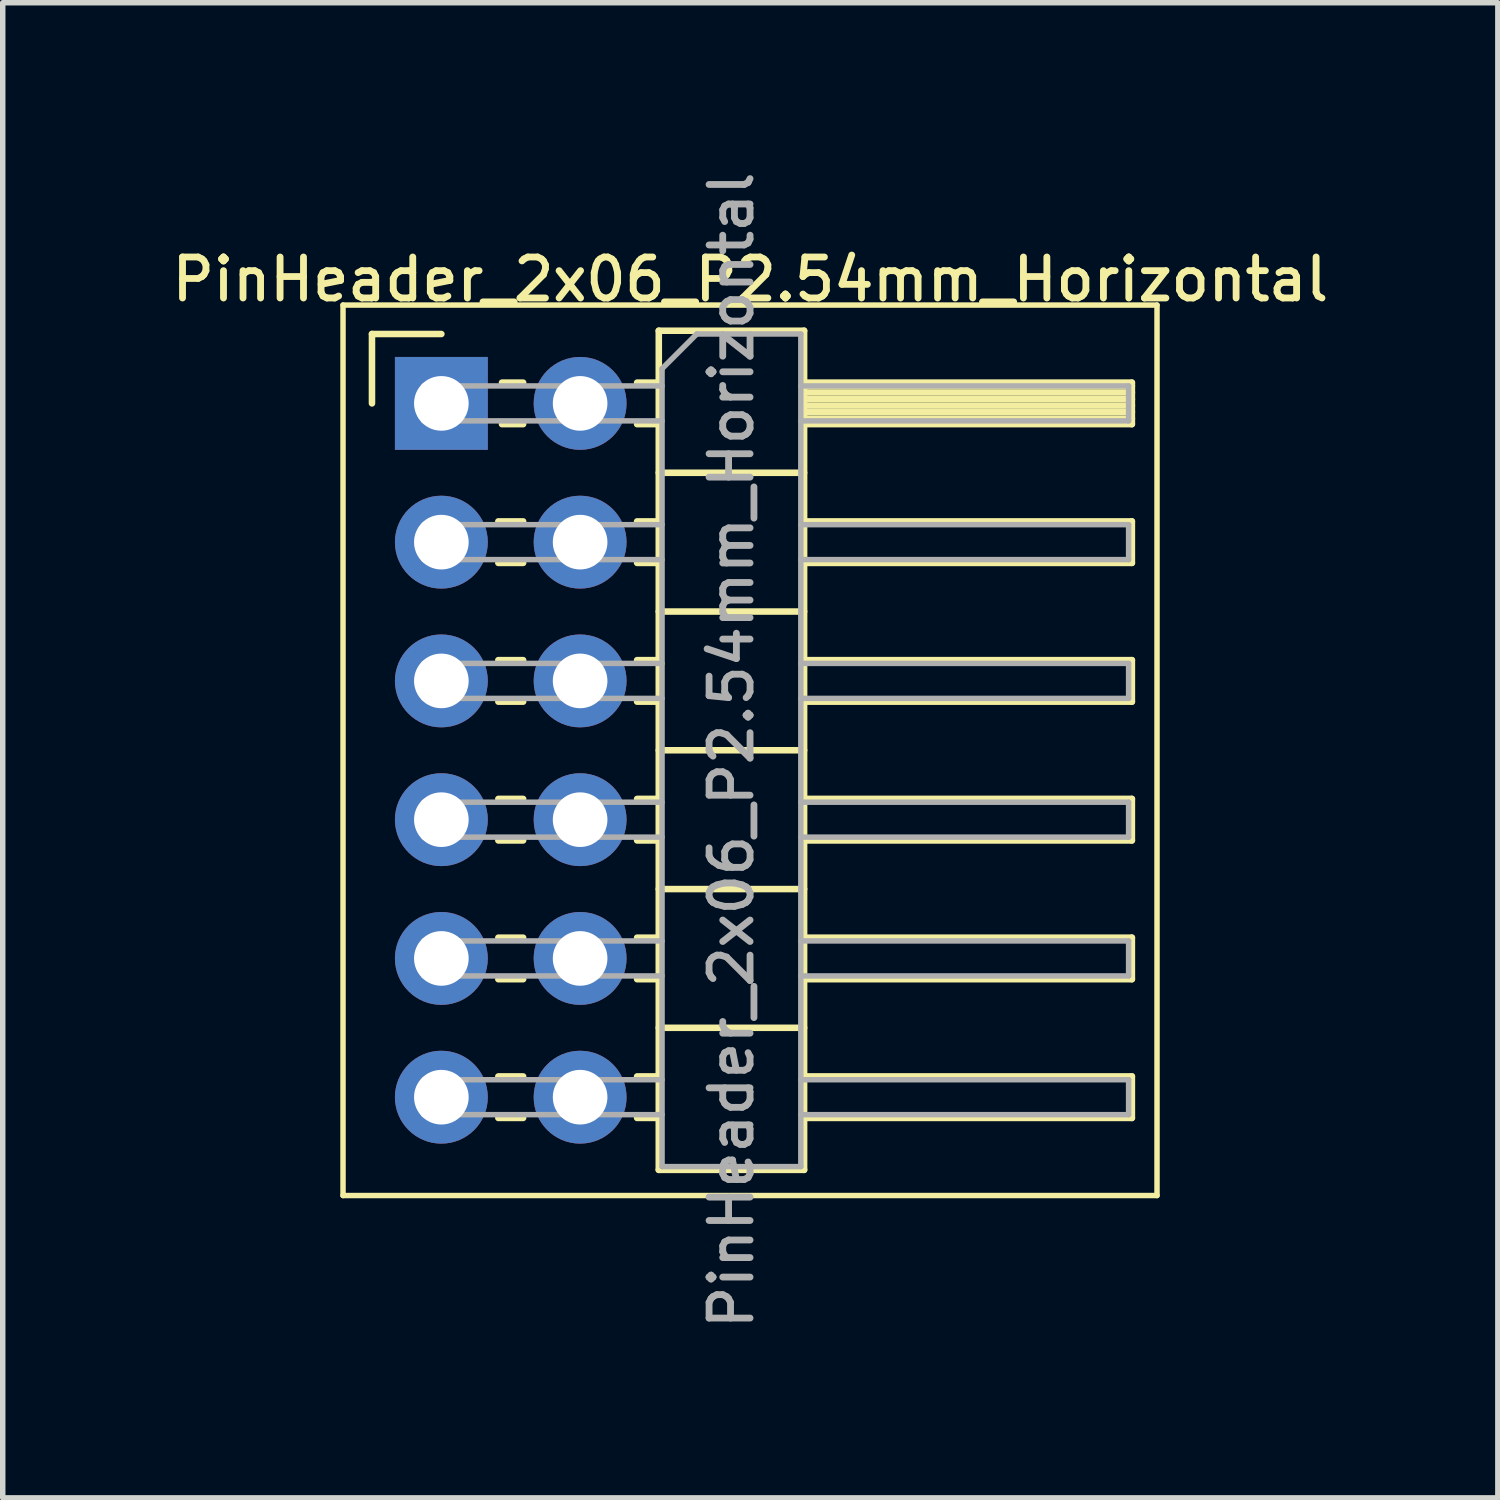
<source format=kicad_pcb>
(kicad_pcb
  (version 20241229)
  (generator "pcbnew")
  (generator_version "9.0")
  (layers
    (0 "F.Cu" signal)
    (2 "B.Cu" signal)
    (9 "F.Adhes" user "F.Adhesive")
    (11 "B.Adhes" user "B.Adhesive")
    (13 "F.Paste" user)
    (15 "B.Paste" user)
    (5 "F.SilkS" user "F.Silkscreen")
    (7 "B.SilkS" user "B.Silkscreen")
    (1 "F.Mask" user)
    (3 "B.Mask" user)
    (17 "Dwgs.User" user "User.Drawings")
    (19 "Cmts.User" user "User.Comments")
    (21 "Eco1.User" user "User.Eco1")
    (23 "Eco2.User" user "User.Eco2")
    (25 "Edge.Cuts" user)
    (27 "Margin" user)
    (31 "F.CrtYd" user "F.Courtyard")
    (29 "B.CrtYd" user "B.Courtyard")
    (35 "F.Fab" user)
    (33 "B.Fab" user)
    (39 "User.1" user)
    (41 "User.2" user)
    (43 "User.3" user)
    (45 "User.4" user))
  (footprint "PinHeader_2x06_P2.54mm_Horizontal"
    (layer "F.Cu")
    (at 5.029 4.334)
    (property "Reference" "PinHeader_2x06_P2.54mm_Horizontal" (at 5.655 -2.27 0) (layer "F.SilkS") (effects (font (size 0.75 0.75) (thickness 0.125))))
    (attr through_hole)
    (fp_line (start -1.8 -1.8) (end -1.8 14.5) (stroke (width 0.1) (type solid)) (layer "F.SilkS"))
    (fp_line (start -1.8 14.5) (end 13.1 14.5) (stroke (width 0.1) (type solid)) (layer "F.SilkS"))
    (fp_line (start -1.27 -1.27) (end 0 -1.27) (stroke (width 0.12) (type solid)) (layer "F.SilkS"))
    (fp_line (start -1.27 0) (end -1.27 -1.27) (stroke (width 0.12) (type solid)) (layer "F.SilkS"))
    (fp_line (start 1.043 2.16) (end 1.497 2.16) (stroke (width 0.12) (type solid)) (layer "F.SilkS"))
    (fp_line (start 1.043 2.92) (end 1.497 2.92) (stroke (width 0.12) (type solid)) (layer "F.SilkS"))
    (fp_line (start 1.043 4.7) (end 1.497 4.7) (stroke (width 0.12) (type solid)) (layer "F.SilkS"))
    (fp_line (start 1.043 5.46) (end 1.497 5.46) (stroke (width 0.12) (type solid)) (layer "F.SilkS"))
    (fp_line (start 1.043 7.24) (end 1.497 7.24) (stroke (width 0.12) (type solid)) (layer "F.SilkS"))
    (fp_line (start 1.043 8) (end 1.497 8) (stroke (width 0.12) (type solid)) (layer "F.SilkS"))
    (fp_line (start 1.043 9.78) (end 1.497 9.78) (stroke (width 0.12) (type solid)) (layer "F.SilkS"))
    (fp_line (start 1.043 10.54) (end 1.497 10.54) (stroke (width 0.12) (type solid)) (layer "F.SilkS"))
    (fp_line (start 1.043 12.32) (end 1.497 12.32) (stroke (width 0.12) (type solid)) (layer "F.SilkS"))
    (fp_line (start 1.043 13.08) (end 1.497 13.08) (stroke (width 0.12) (type solid)) (layer "F.SilkS"))
    (fp_line (start 1.11 -0.38) (end 1.497 -0.38) (stroke (width 0.12) (type solid)) (layer "F.SilkS"))
    (fp_line (start 1.11 0.38) (end 1.497 0.38) (stroke (width 0.12) (type solid)) (layer "F.SilkS"))
    (fp_line (start 3.583 -0.38) (end 3.98 -0.38) (stroke (width 0.12) (type solid)) (layer "F.SilkS"))
    (fp_line (start 3.583 0.38) (end 3.98 0.38) (stroke (width 0.12) (type solid)) (layer "F.SilkS"))
    (fp_line (start 3.583 2.16) (end 3.98 2.16) (stroke (width 0.12) (type solid)) (layer "F.SilkS"))
    (fp_line (start 3.583 2.92) (end 3.98 2.92) (stroke (width 0.12) (type solid)) (layer "F.SilkS"))
    (fp_line (start 3.583 4.7) (end 3.98 4.7) (stroke (width 0.12) (type solid)) (layer "F.SilkS"))
    (fp_line (start 3.583 5.46) (end 3.98 5.46) (stroke (width 0.12) (type solid)) (layer "F.SilkS"))
    (fp_line (start 3.583 7.24) (end 3.98 7.24) (stroke (width 0.12) (type solid)) (layer "F.SilkS"))
    (fp_line (start 3.583 8) (end 3.98 8) (stroke (width 0.12) (type solid)) (layer "F.SilkS"))
    (fp_line (start 3.583 9.78) (end 3.98 9.78) (stroke (width 0.12) (type solid)) (layer "F.SilkS"))
    (fp_line (start 3.583 10.54) (end 3.98 10.54) (stroke (width 0.12) (type solid)) (layer "F.SilkS"))
    (fp_line (start 3.583 12.32) (end 3.98 12.32) (stroke (width 0.12) (type solid)) (layer "F.SilkS"))
    (fp_line (start 3.583 13.08) (end 3.98 13.08) (stroke (width 0.12) (type solid)) (layer "F.SilkS"))
    (fp_line (start 3.98 -1.33) (end 3.98 14.03) (stroke (width 0.12) (type solid)) (layer "F.SilkS"))
    (fp_line (start 3.98 1.27) (end 6.64 1.27) (stroke (width 0.12) (type solid)) (layer "F.SilkS"))
    (fp_line (start 3.98 3.81) (end 6.64 3.81) (stroke (width 0.12) (type solid)) (layer "F.SilkS"))
    (fp_line (start 3.98 6.35) (end 6.64 6.35) (stroke (width 0.12) (type solid)) (layer "F.SilkS"))
    (fp_line (start 3.98 8.89) (end 6.64 8.89) (stroke (width 0.12) (type solid)) (layer "F.SilkS"))
    (fp_line (start 3.98 11.43) (end 6.64 11.43) (stroke (width 0.12) (type solid)) (layer "F.SilkS"))
    (fp_line (start 3.98 14.03) (end 6.64 14.03) (stroke (width 0.12) (type solid)) (layer "F.SilkS"))
    (fp_line (start 6.64 -1.33) (end 3.98 -1.33) (stroke (width 0.12) (type solid)) (layer "F.SilkS"))
    (fp_line (start 6.64 -0.38) (end 12.64 -0.38) (stroke (width 0.12) (type solid)) (layer "F.SilkS"))
    (fp_line (start 6.64 -0.32) (end 12.64 -0.32) (stroke (width 0.12) (type solid)) (layer "F.SilkS"))
    (fp_line (start 6.64 -0.2) (end 12.64 -0.2) (stroke (width 0.12) (type solid)) (layer "F.SilkS"))
    (fp_line (start 6.64 -0.08) (end 12.64 -0.08) (stroke (width 0.12) (type solid)) (layer "F.SilkS"))
    (fp_line (start 6.64 0.04) (end 12.64 0.04) (stroke (width 0.12) (type solid)) (layer "F.SilkS"))
    (fp_line (start 6.64 0.16) (end 12.64 0.16) (stroke (width 0.12) (type solid)) (layer "F.SilkS"))
    (fp_line (start 6.64 0.28) (end 12.64 0.28) (stroke (width 0.12) (type solid)) (layer "F.SilkS"))
    (fp_line (start 6.64 2.16) (end 12.64 2.16) (stroke (width 0.12) (type solid)) (layer "F.SilkS"))
    (fp_line (start 6.64 4.7) (end 12.64 4.7) (stroke (width 0.12) (type solid)) (layer "F.SilkS"))
    (fp_line (start 6.64 7.24) (end 12.64 7.24) (stroke (width 0.12) (type solid)) (layer "F.SilkS"))
    (fp_line (start 6.64 9.78) (end 12.64 9.78) (stroke (width 0.12) (type solid)) (layer "F.SilkS"))
    (fp_line (start 6.64 12.32) (end 12.64 12.32) (stroke (width 0.12) (type solid)) (layer "F.SilkS"))
    (fp_line (start 6.64 14.03) (end 6.64 -1.33) (stroke (width 0.12) (type solid)) (layer "F.SilkS"))
    (fp_line (start 12.64 -0.38) (end 12.64 0.38) (stroke (width 0.12) (type solid)) (layer "F.SilkS"))
    (fp_line (start 12.64 0.38) (end 6.64 0.38) (stroke (width 0.12) (type solid)) (layer "F.SilkS"))
    (fp_line (start 12.64 2.16) (end 12.64 2.92) (stroke (width 0.12) (type solid)) (layer "F.SilkS"))
    (fp_line (start 12.64 2.92) (end 6.64 2.92) (stroke (width 0.12) (type solid)) (layer "F.SilkS"))
    (fp_line (start 12.64 4.7) (end 12.64 5.46) (stroke (width 0.12) (type solid)) (layer "F.SilkS"))
    (fp_line (start 12.64 5.46) (end 6.64 5.46) (stroke (width 0.12) (type solid)) (layer "F.SilkS"))
    (fp_line (start 12.64 7.24) (end 12.64 8) (stroke (width 0.12) (type solid)) (layer "F.SilkS"))
    (fp_line (start 12.64 8) (end 6.64 8) (stroke (width 0.12) (type solid)) (layer "F.SilkS"))
    (fp_line (start 12.64 9.78) (end 12.64 10.54) (stroke (width 0.12) (type solid)) (layer "F.SilkS"))
    (fp_line (start 12.64 10.54) (end 6.64 10.54) (stroke (width 0.12) (type solid)) (layer "F.SilkS"))
    (fp_line (start 12.64 12.32) (end 12.64 13.08) (stroke (width 0.12) (type solid)) (layer "F.SilkS"))
    (fp_line (start 12.64 13.08) (end 6.64 13.08) (stroke (width 0.12) (type solid)) (layer "F.SilkS"))
    (fp_line (start 13.1 -1.8) (end -1.8 -1.8) (stroke (width 0.1) (type solid)) (layer "F.SilkS"))
    (fp_line (start 13.1 14.5) (end 13.1 -1.8) (stroke (width 0.1) (type solid)) (layer "F.SilkS"))
    (fp_line (start -0.32 -0.32) (end -0.32 0.32) (stroke (width 0.1) (type solid)) (layer "F.Fab"))
    (fp_line (start -0.32 -0.32) (end 4.04 -0.32) (stroke (width 0.1) (type solid)) (layer "F.Fab"))
    (fp_line (start -0.32 0.32) (end 4.04 0.32) (stroke (width 0.1) (type solid)) (layer "F.Fab"))
    (fp_line (start -0.32 2.22) (end -0.32 2.86) (stroke (width 0.1) (type solid)) (layer "F.Fab"))
    (fp_line (start -0.32 2.22) (end 4.04 2.22) (stroke (width 0.1) (type solid)) (layer "F.Fab"))
    (fp_line (start -0.32 2.86) (end 4.04 2.86) (stroke (width 0.1) (type solid)) (layer "F.Fab"))
    (fp_line (start -0.32 4.76) (end -0.32 5.4) (stroke (width 0.1) (type solid)) (layer "F.Fab"))
    (fp_line (start -0.32 4.76) (end 4.04 4.76) (stroke (width 0.1) (type solid)) (layer "F.Fab"))
    (fp_line (start -0.32 5.4) (end 4.04 5.4) (stroke (width 0.1) (type solid)) (layer "F.Fab"))
    (fp_line (start -0.32 7.3) (end -0.32 7.94) (stroke (width 0.1) (type solid)) (layer "F.Fab"))
    (fp_line (start -0.32 7.3) (end 4.04 7.3) (stroke (width 0.1) (type solid)) (layer "F.Fab"))
    (fp_line (start -0.32 7.94) (end 4.04 7.94) (stroke (width 0.1) (type solid)) (layer "F.Fab"))
    (fp_line (start -0.32 9.84) (end -0.32 10.48) (stroke (width 0.1) (type solid)) (layer "F.Fab"))
    (fp_line (start -0.32 9.84) (end 4.04 9.84) (stroke (width 0.1) (type solid)) (layer "F.Fab"))
    (fp_line (start -0.32 10.48) (end 4.04 10.48) (stroke (width 0.1) (type solid)) (layer "F.Fab"))
    (fp_line (start -0.32 12.38) (end -0.32 13.02) (stroke (width 0.1) (type solid)) (layer "F.Fab"))
    (fp_line (start -0.32 12.38) (end 4.04 12.38) (stroke (width 0.1) (type solid)) (layer "F.Fab"))
    (fp_line (start -0.32 13.02) (end 4.04 13.02) (stroke (width 0.1) (type solid)) (layer "F.Fab"))
    (fp_line (start 4.04 -0.635) (end 4.675 -1.27) (stroke (width 0.1) (type solid)) (layer "F.Fab"))
    (fp_line (start 4.04 13.97) (end 4.04 -0.635) (stroke (width 0.1) (type solid)) (layer "F.Fab"))
    (fp_line (start 4.675 -1.27) (end 6.58 -1.27) (stroke (width 0.1) (type solid)) (layer "F.Fab"))
    (fp_line (start 6.58 -1.27) (end 6.58 13.97) (stroke (width 0.1) (type solid)) (layer "F.Fab"))
    (fp_line (start 6.58 -0.32) (end 12.58 -0.32) (stroke (width 0.1) (type solid)) (layer "F.Fab"))
    (fp_line (start 6.58 0.32) (end 12.58 0.32) (stroke (width 0.1) (type solid)) (layer "F.Fab"))
    (fp_line (start 6.58 2.22) (end 12.58 2.22) (stroke (width 0.1) (type solid)) (layer "F.Fab"))
    (fp_line (start 6.58 2.86) (end 12.58 2.86) (stroke (width 0.1) (type solid)) (layer "F.Fab"))
    (fp_line (start 6.58 4.76) (end 12.58 4.76) (stroke (width 0.1) (type solid)) (layer "F.Fab"))
    (fp_line (start 6.58 5.4) (end 12.58 5.4) (stroke (width 0.1) (type solid)) (layer "F.Fab"))
    (fp_line (start 6.58 7.3) (end 12.58 7.3) (stroke (width 0.1) (type solid)) (layer "F.Fab"))
    (fp_line (start 6.58 7.94) (end 12.58 7.94) (stroke (width 0.1) (type solid)) (layer "F.Fab"))
    (fp_line (start 6.58 9.84) (end 12.58 9.84) (stroke (width 0.1) (type solid)) (layer "F.Fab"))
    (fp_line (start 6.58 10.48) (end 12.58 10.48) (stroke (width 0.1) (type solid)) (layer "F.Fab"))
    (fp_line (start 6.58 12.38) (end 12.58 12.38) (stroke (width 0.1) (type solid)) (layer "F.Fab"))
    (fp_line (start 6.58 13.02) (end 12.58 13.02) (stroke (width 0.1) (type solid)) (layer "F.Fab"))
    (fp_line (start 6.58 13.97) (end 4.04 13.97) (stroke (width 0.1) (type solid)) (layer "F.Fab"))
    (fp_line (start 12.58 -0.32) (end 12.58 0.32) (stroke (width 0.1) (type solid)) (layer "F.Fab"))
    (fp_line (start 12.58 2.22) (end 12.58 2.86) (stroke (width 0.1) (type solid)) (layer "F.Fab"))
    (fp_line (start 12.58 4.76) (end 12.58 5.4) (stroke (width 0.1) (type solid)) (layer "F.Fab"))
    (fp_line (start 12.58 7.3) (end 12.58 7.94) (stroke (width 0.1) (type solid)) (layer "F.Fab"))
    (fp_line (start 12.58 9.84) (end 12.58 10.48) (stroke (width 0.1) (type solid)) (layer "F.Fab"))
    (fp_line (start 12.58 12.38) (end 12.58 13.02) (stroke (width 0.1) (type solid)) (layer "F.Fab"))
    (fp_text user "${REFERENCE}" (at 5.31 6.35 90) (layer "F.Fab") (effects (font (size 0.75 0.75) (thickness 0.125))))
    (pad "1" thru_hole rect (at 0 0) (size 1.7 1.7) (drill 1) (layers "*.Cu" "*.Mask"))
    (pad "2" thru_hole oval (at 2.54 0) (size 1.7 1.7) (drill 1) (layers "*.Cu" "*.Mask"))
    (pad "3" thru_hole oval (at 0 2.54) (size 1.7 1.7) (drill 1) (layers "*.Cu" "*.Mask"))
    (pad "4" thru_hole oval (at 2.54 2.54) (size 1.7 1.7) (drill 1) (layers "*.Cu" "*.Mask"))
    (pad "5" thru_hole oval (at 0 5.08) (size 1.7 1.7) (drill 1) (layers "*.Cu" "*.Mask"))
    (pad "6" thru_hole oval (at 2.54 5.08) (size 1.7 1.7) (drill 1) (layers "*.Cu" "*.Mask"))
    (pad "7" thru_hole oval (at 0 7.62) (size 1.7 1.7) (drill 1) (layers "*.Cu" "*.Mask"))
    (pad "8" thru_hole oval (at 2.54 7.62) (size 1.7 1.7) (drill 1) (layers "*.Cu" "*.Mask"))
    (pad "9" thru_hole oval (at 0 10.16) (size 1.7 1.7) (drill 1) (layers "*.Cu" "*.Mask"))
    (pad "10" thru_hole oval (at 2.54 10.16) (size 1.7 1.7) (drill 1) (layers "*.Cu" "*.Mask"))
    (pad "11" thru_hole oval (at 0 12.7) (size 1.7 1.7) (drill 1) (layers "*.Cu" "*.Mask"))
    (pad "12" thru_hole oval (at 2.54 12.7) (size 1.7 1.7) (drill 1) (layers "*.Cu" "*.Mask")))
  (gr_rect
    (start -3 -3)
    (end 24.368 24.368)
    (stroke (width 0.1) (type default))
    (fill no)
    (layer "Edge.Cuts")))
</source>
